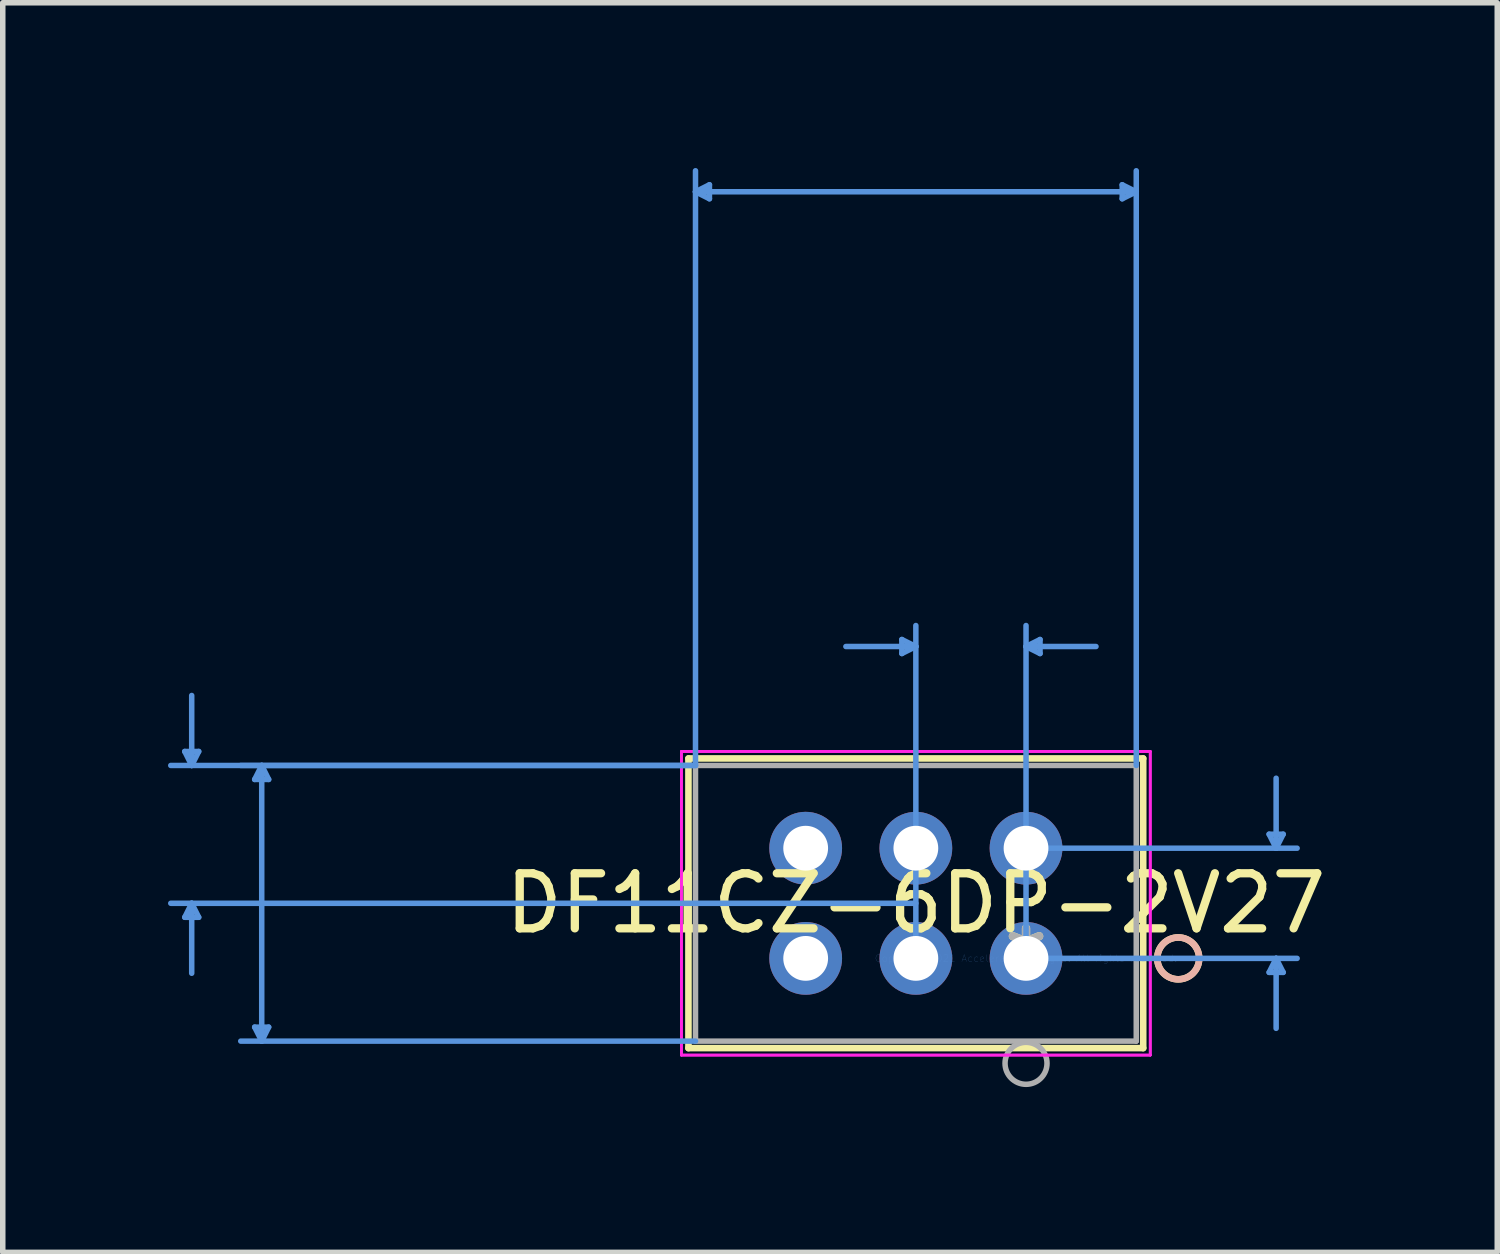
<source format=kicad_pcb>
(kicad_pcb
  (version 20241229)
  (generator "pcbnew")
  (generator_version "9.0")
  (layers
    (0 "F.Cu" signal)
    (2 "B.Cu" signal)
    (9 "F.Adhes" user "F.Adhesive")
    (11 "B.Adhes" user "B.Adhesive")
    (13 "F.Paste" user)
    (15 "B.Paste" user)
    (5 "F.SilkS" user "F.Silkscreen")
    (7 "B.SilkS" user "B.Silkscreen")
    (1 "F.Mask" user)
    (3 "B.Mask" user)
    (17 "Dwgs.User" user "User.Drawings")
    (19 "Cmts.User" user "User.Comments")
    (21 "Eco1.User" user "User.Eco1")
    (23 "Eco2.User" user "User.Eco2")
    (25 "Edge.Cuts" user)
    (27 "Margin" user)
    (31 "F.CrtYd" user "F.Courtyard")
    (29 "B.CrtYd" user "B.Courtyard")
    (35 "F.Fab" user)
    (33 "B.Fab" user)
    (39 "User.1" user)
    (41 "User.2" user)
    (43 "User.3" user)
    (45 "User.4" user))
  (footprint "DF11CZ-6DP-2V27"
    (layer "F.Cu")
    (at 15.575 14.347)
    (property "Reference" "DF11CZ-6DP-2V27" (at -2 -1 0) (layer "F.SilkS") (effects (font (size 1 1) (thickness 0.15))))
    (attr through_hole)
    (fp_line (start -6.128 -3.629) (end -6.128 1.629) (stroke (width 0.12) (type solid)) (layer "F.SilkS"))
    (fp_line (start -6.128 1.629) (end 2.127 1.629) (stroke (width 0.12) (type solid)) (layer "F.SilkS"))
    (fp_line (start 2.127 -3.629) (end -6.128 -3.629) (stroke (width 0.12) (type solid)) (layer "F.SilkS"))
    (fp_line (start 2.127 1.629) (end 2.127 -3.629) (stroke (width 0.12) (type solid)) (layer "F.SilkS"))
    (fp_circle (center 2.763 0) (end 3.143 0) (stroke (width 0.12) (type solid)) (fill no) (layer "F.SilkS"))
    (fp_circle (center 2.763 0) (end 3.143 0) (stroke (width 0.12) (type solid)) (fill no) (layer "B.SilkS"))
    (fp_line (start -15.271 -3.756) (end -15.018 -3.756) (stroke (width 0.1) (type solid)) (layer "Cmts.User"))
    (fp_line (start -15.271 -0.746) (end -15.018 -0.746) (stroke (width 0.1) (type solid)) (layer "Cmts.User"))
    (fp_line (start -15.145 -3.502) (end -15.271 -3.756) (stroke (width 0.1) (type solid)) (layer "Cmts.User"))
    (fp_line (start -15.145 -3.502) (end -15.145 -4.772) (stroke (width 0.1) (type solid)) (layer "Cmts.User"))
    (fp_line (start -15.145 -3.502) (end -15.018 -3.756) (stroke (width 0.1) (type solid)) (layer "Cmts.User"))
    (fp_line (start -15.145 -1) (end -15.271 -0.746) (stroke (width 0.1) (type solid)) (layer "Cmts.User"))
    (fp_line (start -15.145 -1) (end -15.145 0.27) (stroke (width 0.1) (type solid)) (layer "Cmts.User"))
    (fp_line (start -15.145 -1) (end -15.018 -0.746) (stroke (width 0.1) (type solid)) (layer "Cmts.User"))
    (fp_line (start -14.002 -3.248) (end -13.748 -3.248) (stroke (width 0.1) (type solid)) (layer "Cmts.User"))
    (fp_line (start -14.002 1.248) (end -13.748 1.248) (stroke (width 0.1) (type solid)) (layer "Cmts.User"))
    (fp_line (start -13.874 -3.502) (end -14.002 -3.248) (stroke (width 0.1) (type solid)) (layer "Cmts.User"))
    (fp_line (start -13.874 -3.502) (end -13.874 1.502) (stroke (width 0.1) (type solid)) (layer "Cmts.User"))
    (fp_line (start -13.874 -3.502) (end -13.748 -3.248) (stroke (width 0.1) (type solid)) (layer "Cmts.User"))
    (fp_line (start -13.874 1.502) (end -14.002 1.248) (stroke (width 0.1) (type solid)) (layer "Cmts.User"))
    (fp_line (start -13.874 1.502) (end -13.748 1.248) (stroke (width 0.1) (type solid)) (layer "Cmts.User"))
    (fp_line (start -6 -13.916) (end -5.747 -14.043) (stroke (width 0.1) (type solid)) (layer "Cmts.User"))
    (fp_line (start -6 -13.916) (end -5.747 -13.789) (stroke (width 0.1) (type solid)) (layer "Cmts.User"))
    (fp_line (start -6 -13.916) (end 2.001 -13.916) (stroke (width 0.1) (type solid)) (layer "Cmts.User"))
    (fp_line (start -6 -3.502) (end -15.525 -3.502) (stroke (width 0.1) (type solid)) (layer "Cmts.User"))
    (fp_line (start -6 -3.502) (end -14.255 -3.502) (stroke (width 0.1) (type solid)) (layer "Cmts.User"))
    (fp_line (start -6 -3.502) (end -6 -14.297) (stroke (width 0.1) (type solid)) (layer "Cmts.User"))
    (fp_line (start -6 1.502) (end -14.255 1.502) (stroke (width 0.1) (type solid)) (layer "Cmts.User"))
    (fp_line (start -5.747 -14.043) (end -5.747 -13.789) (stroke (width 0.1) (type solid)) (layer "Cmts.User"))
    (fp_line (start -2.254 -5.788) (end -2.254 -5.534) (stroke (width 0.1) (type solid)) (layer "Cmts.User"))
    (fp_line (start -2 -5.661) (end -3.27 -5.661) (stroke (width 0.1) (type solid)) (layer "Cmts.User"))
    (fp_line (start -2 -5.661) (end -2.254 -5.788) (stroke (width 0.1) (type solid)) (layer "Cmts.User"))
    (fp_line (start -2 -5.661) (end -2.254 -5.534) (stroke (width 0.1) (type solid)) (layer "Cmts.User"))
    (fp_line (start -2 -1) (end -15.525 -1) (stroke (width 0.1) (type solid)) (layer "Cmts.User"))
    (fp_line (start -2 0) (end -2 -6.042) (stroke (width 0.1) (type solid)) (layer "Cmts.User"))
    (fp_line (start 0 -5.661) (end 0.254 -5.788) (stroke (width 0.1) (type solid)) (layer "Cmts.User"))
    (fp_line (start 0 -5.661) (end 0.254 -5.534) (stroke (width 0.1) (type solid)) (layer "Cmts.User"))
    (fp_line (start 0 -5.661) (end 1.27 -5.661) (stroke (width 0.1) (type solid)) (layer "Cmts.User"))
    (fp_line (start 0 -2) (end 4.921 -2) (stroke (width 0.1) (type solid)) (layer "Cmts.User"))
    (fp_line (start 0 0) (end 0 -6.042) (stroke (width 0.1) (type solid)) (layer "Cmts.User"))
    (fp_line (start 0 0) (end 4.921 0) (stroke (width 0.1) (type solid)) (layer "Cmts.User"))
    (fp_line (start 0.254 -5.788) (end 0.254 -5.534) (stroke (width 0.1) (type solid)) (layer "Cmts.User"))
    (fp_line (start 1.746 -14.043) (end 1.746 -13.789) (stroke (width 0.1) (type solid)) (layer "Cmts.User"))
    (fp_line (start 2.001 -13.916) (end 1.746 -14.043) (stroke (width 0.1) (type solid)) (layer "Cmts.User"))
    (fp_line (start 2.001 -13.916) (end 1.746 -13.789) (stroke (width 0.1) (type solid)) (layer "Cmts.User"))
    (fp_line (start 2.001 -3.502) (end 2.001 -14.297) (stroke (width 0.1) (type solid)) (layer "Cmts.User"))
    (fp_line (start 4.413 -2.254) (end 4.668 -2.254) (stroke (width 0.1) (type solid)) (layer "Cmts.User"))
    (fp_line (start 4.413 0.254) (end 4.668 0.254) (stroke (width 0.1) (type solid)) (layer "Cmts.User"))
    (fp_line (start 4.54 -2) (end 4.413 -2.254) (stroke (width 0.1) (type solid)) (layer "Cmts.User"))
    (fp_line (start 4.54 -2) (end 4.54 -3.27) (stroke (width 0.1) (type solid)) (layer "Cmts.User"))
    (fp_line (start 4.54 -2) (end 4.668 -2.254) (stroke (width 0.1) (type solid)) (layer "Cmts.User"))
    (fp_line (start 4.54 0) (end 4.413 0.254) (stroke (width 0.1) (type solid)) (layer "Cmts.User"))
    (fp_line (start 4.54 0) (end 4.54 1.27) (stroke (width 0.1) (type solid)) (layer "Cmts.User"))
    (fp_line (start 4.54 0) (end 4.668 0.254) (stroke (width 0.1) (type solid)) (layer "Cmts.User"))
    (fp_line (start -6.255 -3.756) (end -6.255 1.756) (stroke (width 0.05) (type solid)) (layer "F.CrtYd"))
    (fp_line (start -6.255 -3.756) (end -6.255 1.756) (stroke (width 0.05) (type solid)) (layer "F.CrtYd"))
    (fp_line (start -6.255 1.756) (end 2.255 1.756) (stroke (width 0.05) (type solid)) (layer "F.CrtYd"))
    (fp_line (start -6.255 1.756) (end 2.255 1.756) (stroke (width 0.05) (type solid)) (layer "F.CrtYd"))
    (fp_line (start 2.255 -3.756) (end -6.255 -3.756) (stroke (width 0.05) (type solid)) (layer "F.CrtYd"))
    (fp_line (start 2.255 -3.756) (end -6.255 -3.756) (stroke (width 0.05) (type solid)) (layer "F.CrtYd"))
    (fp_line (start 2.255 1.756) (end 2.255 -3.756) (stroke (width 0.05) (type solid)) (layer "F.CrtYd"))
    (fp_line (start 2.255 1.756) (end 2.255 -3.756) (stroke (width 0.05) (type solid)) (layer "F.CrtYd"))
    (fp_line (start -6 -3.502) (end -6 1.502) (stroke (width 0.1) (type solid)) (layer "F.Fab"))
    (fp_line (start -6 1.502) (end 2.001 1.502) (stroke (width 0.1) (type solid)) (layer "F.Fab"))
    (fp_line (start 2.001 -3.502) (end -6 -3.502) (stroke (width 0.1) (type solid)) (layer "F.Fab"))
    (fp_line (start 2.001 1.502) (end 2.001 -3.502) (stroke (width 0.1) (type solid)) (layer "F.Fab"))
    (fp_circle (center 0 1.905) (end 0.381 1.905) (stroke (width 0.1) (type solid)) (fill no) (layer "F.Fab"))
    (fp_text user "*" (at 0 0 0) (layer "F.SilkS") (effects (font (size 1 1) (thickness 0.15))))
    (fp_text user "Copyright 2021 Accelerated Designs. All rights reserved." (at 0 0 0) (layer "Cmts.User") (effects (font (size 0.127 0.127) (thickness 0.002))))
    (fp_text user "*" (at 0 0 0) (layer "F.Fab") (effects (font (size 1 1) (thickness 0.15))))
    (pad "1" thru_hole circle (at 0.000001 0.000001) (size 1.321 1.321) (drill 0.813) (layers "*.Cu" "*.Mask"))
    (pad "2" thru_hole circle (at 0.000001 -2) (size 1.321 1.321) (drill 0.813) (layers "*.Cu" "*.Mask"))
    (pad "3" thru_hole circle (at -2 0.000001) (size 1.321 1.321) (drill 0.813) (layers "*.Cu" "*.Mask"))
    (pad "4" thru_hole circle (at -2 -2) (size 1.321 1.321) (drill 0.813) (layers "*.Cu" "*.Mask"))
    (pad "5" thru_hole circle (at -4 0.000001) (size 1.321 1.321) (drill 0.813) (layers "*.Cu" "*.Mask"))
    (pad "6" thru_hole circle (at -4 -2) (size 1.321 1.321) (drill 0.813) (layers "*.Cu" "*.Mask")))
  (gr_rect
    (start -3 -3)
    (end 24.129 19.683)
    (stroke (width 0.1) (type default))
    (fill no)
    (layer "Edge.Cuts")))
</source>
